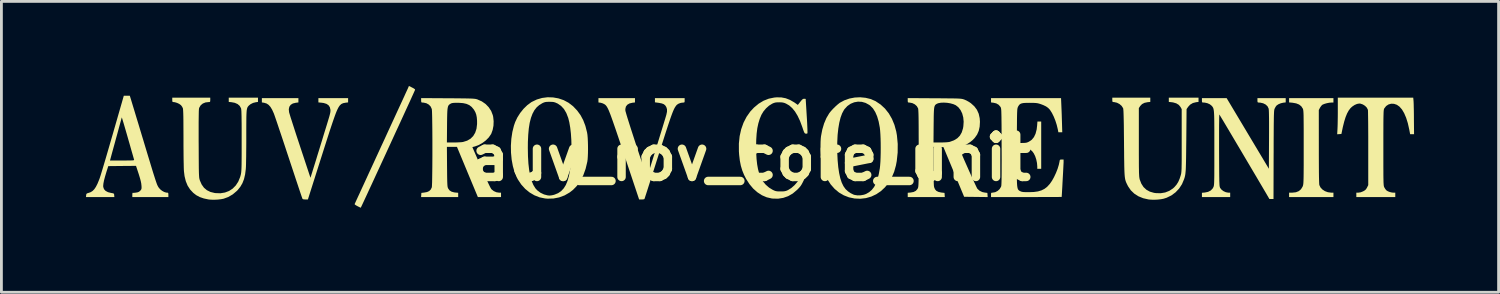
<source format=kicad_pcb>
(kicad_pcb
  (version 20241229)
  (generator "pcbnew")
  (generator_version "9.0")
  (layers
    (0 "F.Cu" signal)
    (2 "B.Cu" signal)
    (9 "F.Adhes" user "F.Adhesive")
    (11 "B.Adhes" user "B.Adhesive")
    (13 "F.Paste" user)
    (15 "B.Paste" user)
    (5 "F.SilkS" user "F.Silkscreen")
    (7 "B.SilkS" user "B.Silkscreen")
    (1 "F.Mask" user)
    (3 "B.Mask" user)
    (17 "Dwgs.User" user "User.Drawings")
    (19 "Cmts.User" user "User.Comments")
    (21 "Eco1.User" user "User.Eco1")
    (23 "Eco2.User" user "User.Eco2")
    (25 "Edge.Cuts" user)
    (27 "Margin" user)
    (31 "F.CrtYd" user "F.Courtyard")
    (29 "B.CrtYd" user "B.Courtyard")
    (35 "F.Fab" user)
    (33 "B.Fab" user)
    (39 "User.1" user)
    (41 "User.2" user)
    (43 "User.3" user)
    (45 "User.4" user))
  (footprint "auv_rov_core_unit"
    (layer "F.Cu")
    (at 23.571 2.549)
    (property "Reference" "auv_rov_core_unit" (at 0 0 0) (layer "F.SilkS") (effects (font (size 1.5 1.5) (thickness 0.3))))
    (attr board_only exclude_from_pos_files exclude_from_bom)
    (fp_poly (pts (xy -12 -2.493) (xy -11.938 -2.459) (xy -11.904 -2.434) (xy -11.896 -2.413) (xy -11.897 -2.411) (xy -11.907 -2.388) (xy -11.93 -2.336) (xy -11.965 -2.258) (xy -12.012 -2.155) (xy -12.068 -2.031) (xy -12.134 -1.887) (xy -12.208 -1.726) (xy -12.289 -1.549) (xy -12.376 -1.359) (xy -12.468 -1.159) (xy -12.565 -0.95) (xy -12.664 -0.734) (xy -12.765 -0.514) (xy -12.867 -0.293) (xy -12.969 -0.071) (xy -13.07 0.148) (xy -13.169 0.362) (xy -13.265 0.569) (xy -13.356 0.767) (xy -13.442 0.954) (xy -13.523 1.127) (xy -13.595 1.284) (xy -13.66 1.423) (xy -13.715 1.542) (xy -13.76 1.638) (xy -13.794 1.71) (xy -13.815 1.754) (xy -13.823 1.77) (xy -13.823 1.77) (xy -13.842 1.762) (xy -13.883 1.743) (xy -13.937 1.716) (xy -13.94 1.714) (xy -13.993 1.685) (xy -14.029 1.659) (xy -14.041 1.643) (xy -14.041 1.642) (xy -14.033 1.624) (xy -14.011 1.577) (xy -13.977 1.502) (xy -13.931 1.402) (xy -13.873 1.278) (xy -13.806 1.131) (xy -13.729 0.965) (xy -13.644 0.78) (xy -13.552 0.579) (xy -13.452 0.363) (xy -13.347 0.135) (xy -13.237 -0.104) (xy -13.123 -0.352) (xy -13.106 -0.389) (xy -12.99 -0.639) (xy -12.879 -0.881) (xy -12.772 -1.114) (xy -12.67 -1.335) (xy -12.575 -1.542) (xy -12.487 -1.733) (xy -12.406 -1.908) (xy -12.335 -2.062) (xy -12.274 -2.195) (xy -12.224 -2.305) (xy -12.185 -2.389) (xy -12.159 -2.446) (xy -12.146 -2.474) (xy -12.146 -2.475) (xy -12.114 -2.549)) (stroke (width 0) (type solid)) (fill yes) (layer "F.SilkS"))
    (fp_poly (pts (xy 20.683 -2.039) (xy 20.683 -1.961) (xy 20.609 -1.961) (xy 20.536 -1.955) (xy 20.453 -1.939) (xy 20.373 -1.917) (xy 20.308 -1.891) (xy 20.285 -1.878) (xy 20.251 -1.843) (xy 20.216 -1.793) (xy 20.203 -1.771) (xy 20.164 -1.695) (xy 20.165 -0.398) (xy 20.165 -0.119) (xy 20.166 0.126) (xy 20.167 0.338) (xy 20.168 0.519) (xy 20.17 0.668) (xy 20.173 0.786) (xy 20.176 0.875) (xy 20.179 0.934) (xy 20.183 0.966) (xy 20.184 0.968) (xy 20.224 1.051) (xy 20.292 1.124) (xy 20.381 1.182) (xy 20.485 1.22) (xy 20.598 1.235) (xy 20.608 1.235) (xy 20.683 1.235) (xy 20.683 1.313) (xy 20.683 1.391) (xy 19.897 1.391) (xy 19.11 1.391) (xy 19.11 1.313) (xy 19.11 1.235) (xy 19.227 1.235) (xy 19.351 1.222) (xy 19.452 1.182) (xy 19.531 1.116) (xy 19.588 1.024) (xy 19.601 0.989) (xy 19.606 0.97) (xy 19.611 0.945) (xy 19.615 0.913) (xy 19.618 0.87) (xy 19.621 0.814) (xy 19.623 0.743) (xy 19.625 0.654) (xy 19.626 0.546) (xy 19.627 0.414) (xy 19.628 0.258) (xy 19.628 0.075) (xy 19.628 -0.139) (xy 19.628 -0.384) (xy 19.628 -0.385) (xy 19.628 -0.628) (xy 19.628 -0.838) (xy 19.628 -1.019) (xy 19.627 -1.173) (xy 19.626 -1.302) (xy 19.625 -1.408) (xy 19.624 -1.495) (xy 19.622 -1.563) (xy 19.619 -1.617) (xy 19.616 -1.658) (xy 19.612 -1.689) (xy 19.608 -1.713) (xy 19.603 -1.73) (xy 19.597 -1.745) (xy 19.596 -1.747) (xy 19.542 -1.829) (xy 19.464 -1.891) (xy 19.36 -1.932) (xy 19.229 -1.955) (xy 19.11 -1.966) (xy 19.11 -2.041) (xy 19.11 -2.117) (xy 19.897 -2.117) (xy 20.683 -2.117)) (stroke (width 0) (type solid)) (fill yes) (layer "F.SilkS"))
    (fp_poly (pts (xy -16.035 -2.041) (xy -16.035 -1.965) (xy -16.129 -1.953) (xy -16.232 -1.928) (xy -16.308 -1.881) (xy -16.356 -1.813) (xy -16.376 -1.726) (xy -16.366 -1.621) (xy -16.366 -1.62) (xy -16.357 -1.587) (xy -16.338 -1.524) (xy -16.311 -1.434) (xy -16.274 -1.321) (xy -16.231 -1.186) (xy -16.182 -1.034) (xy -16.128 -0.867) (xy -16.069 -0.687) (xy -16.007 -0.5) (xy -15.976 -0.406) (xy -15.607 0.708) (xy -15.537 0.484) (xy -15.516 0.416) (xy -15.486 0.32) (xy -15.448 0.198) (xy -15.404 0.056) (xy -15.356 -0.103) (xy -15.303 -0.274) (xy -15.248 -0.454) (xy -15.191 -0.638) (xy -15.135 -0.823) (xy -15.079 -1.004) (xy -15.026 -1.176) (xy -14.977 -1.337) (xy -14.972 -1.355) (xy -14.939 -1.465) (xy -14.917 -1.548) (xy -14.903 -1.611) (xy -14.898 -1.661) (xy -14.898 -1.703) (xy -14.899 -1.706) (xy -14.92 -1.796) (xy -14.966 -1.865) (xy -15.038 -1.914) (xy -15.138 -1.945) (xy -15.212 -1.955) (xy -15.326 -1.966) (xy -15.326 -2.041) (xy -15.326 -2.117) (xy -14.799 -2.117) (xy -14.272 -2.117) (xy -14.272 -2.041) (xy -14.272 -1.966) (xy -14.359 -1.956) (xy -14.447 -1.939) (xy -14.512 -1.909) (xy -14.565 -1.86) (xy -14.594 -1.82) (xy -14.614 -1.788) (xy -14.634 -1.75) (xy -14.657 -1.703) (xy -14.682 -1.646) (xy -14.71 -1.576) (xy -14.741 -1.492) (xy -14.777 -1.391) (xy -14.818 -1.272) (xy -14.865 -1.132) (xy -14.919 -0.97) (xy -14.979 -0.784) (xy -15.047 -0.572) (xy -15.124 -0.331) (xy -15.21 -0.06) (xy -15.25 0.065) (xy -15.698 1.477) (xy -15.788 1.477) (xy -15.847 1.474) (xy -15.88 1.463) (xy -15.894 1.447) (xy -15.901 1.426) (xy -15.919 1.375) (xy -15.946 1.296) (xy -15.981 1.192) (xy -16.024 1.064) (xy -16.073 0.916) (xy -16.129 0.749) (xy -16.189 0.567) (xy -16.254 0.371) (xy -16.323 0.164) (xy -16.38 -0.009) (xy -16.452 -0.226) (xy -16.521 -0.436) (xy -16.588 -0.637) (xy -16.651 -0.826) (xy -16.71 -0.999) (xy -16.762 -1.156) (xy -16.808 -1.292) (xy -16.847 -1.405) (xy -16.877 -1.492) (xy -16.898 -1.551) (xy -16.907 -1.575) (xy -16.967 -1.707) (xy -17.027 -1.807) (xy -17.093 -1.88) (xy -17.165 -1.927) (xy -17.247 -1.952) (xy -17.257 -1.954) (xy -17.331 -1.965) (xy -17.331 -2.041) (xy -17.331 -2.117) (xy -16.683 -2.117) (xy -16.035 -2.117)) (stroke (width 0) (type solid)) (fill yes) (layer "F.SilkS"))
    (fp_poly (pts (xy 4.083 -2.13) (xy 4.265 -2.086) (xy 4.432 -2.014) (xy 4.441 -2.009) (xy 4.618 -1.891) (xy 4.774 -1.747) (xy 4.909 -1.577) (xy 5.021 -1.383) (xy 5.11 -1.168) (xy 5.174 -0.932) (xy 5.198 -0.795) (xy 5.226 -0.494) (xy 5.224 -0.188) (xy 5.192 0.113) (xy 5.163 0.268) (xy 5.1 0.493) (xy 5.013 0.699) (xy 4.904 0.883) (xy 4.775 1.045) (xy 4.628 1.182) (xy 4.465 1.292) (xy 4.288 1.375) (xy 4.099 1.429) (xy 3.9 1.452) (xy 3.698 1.443) (xy 3.498 1.402) (xy 3.313 1.33) (xy 3.142 1.23) (xy 2.988 1.102) (xy 2.852 0.948) (xy 2.735 0.77) (xy 2.639 0.569) (xy 2.565 0.348) (xy 2.515 0.107) (xy 2.514 0.1) (xy 2.502 -0.009) (xy 2.493 -0.14) (xy 2.488 -0.283) (xy 2.488 -0.284) (xy 3.079 -0.284) (xy 3.081 -0.19) (xy 3.094 0.085) (xy 3.116 0.329) (xy 3.148 0.541) (xy 3.188 0.723) (xy 3.239 0.877) (xy 3.3 1.004) (xy 3.371 1.104) (xy 3.377 1.111) (xy 3.46 1.188) (xy 3.558 1.255) (xy 3.658 1.304) (xy 3.696 1.316) (xy 3.799 1.332) (xy 3.915 1.329) (xy 4.029 1.308) (xy 4.104 1.281) (xy 4.213 1.218) (xy 4.307 1.137) (xy 4.387 1.035) (xy 4.454 0.908) (xy 4.51 0.756) (xy 4.555 0.574) (xy 4.591 0.374) (xy 4.602 0.27) (xy 4.612 0.139) (xy 4.618 -0.013) (xy 4.622 -0.178) (xy 4.623 -0.351) (xy 4.622 -0.522) (xy 4.618 -0.687) (xy 4.611 -0.838) (xy 4.602 -0.968) (xy 4.591 -1.07) (xy 4.55 -1.286) (xy 4.496 -1.47) (xy 4.429 -1.624) (xy 4.349 -1.75) (xy 4.254 -1.848) (xy 4.216 -1.877) (xy 4.087 -1.948) (xy 3.953 -1.986) (xy 3.816 -1.993) (xy 3.682 -1.97) (xy 3.555 -1.918) (xy 3.439 -1.837) (xy 3.339 -1.728) (xy 3.32 -1.701) (xy 3.254 -1.579) (xy 3.198 -1.427) (xy 3.153 -1.247) (xy 3.118 -1.04) (xy 3.093 -0.809) (xy 3.081 -0.556) (xy 3.079 -0.284) (xy 2.488 -0.284) (xy 2.487 -0.428) (xy 2.489 -0.567) (xy 2.496 -0.688) (xy 2.505 -0.768) (xy 2.55 -1.003) (xy 2.614 -1.219) (xy 2.696 -1.412) (xy 2.794 -1.577) (xy 2.801 -1.587) (xy 2.857 -1.657) (xy 2.93 -1.737) (xy 3.011 -1.817) (xy 3.091 -1.889) (xy 3.161 -1.945) (xy 3.173 -1.954) (xy 3.335 -2.041) (xy 3.513 -2.103) (xy 3.701 -2.139) (xy 3.893 -2.148)) (stroke (width 0) (type solid)) (fill yes) (layer "F.SilkS"))
    (fp_poly (pts (xy 23.524 -2.026) (xy 23.527 -1.981) (xy 23.53 -1.908) (xy 23.532 -1.81) (xy 23.535 -1.694) (xy 23.537 -1.564) (xy 23.538 -1.427) (xy 23.538 -1.378) (xy 23.543 -0.838) (xy 23.473 -0.838) (xy 23.404 -0.838) (xy 23.372 -1.007) (xy 23.322 -1.229) (xy 23.262 -1.421) (xy 23.192 -1.584) (xy 23.114 -1.716) (xy 23.026 -1.816) (xy 22.934 -1.881) (xy 22.832 -1.916) (xy 22.731 -1.92) (xy 22.636 -1.893) (xy 22.553 -1.838) (xy 22.488 -1.755) (xy 22.484 -1.749) (xy 22.479 -1.737) (xy 22.474 -1.721) (xy 22.47 -1.699) (xy 22.466 -1.669) (xy 22.463 -1.628) (xy 22.461 -1.574) (xy 22.459 -1.504) (xy 22.457 -1.416) (xy 22.456 -1.309) (xy 22.455 -1.178) (xy 22.455 -1.023) (xy 22.454 -0.841) (xy 22.454 -0.629) (xy 22.454 -0.385) (xy 22.454 -0.354) (xy 22.454 -0.108) (xy 22.454 0.107) (xy 22.454 0.291) (xy 22.455 0.449) (xy 22.455 0.581) (xy 22.456 0.69) (xy 22.458 0.78) (xy 22.459 0.851) (xy 22.462 0.907) (xy 22.465 0.95) (xy 22.468 0.982) (xy 22.472 1.006) (xy 22.477 1.024) (xy 22.483 1.038) (xy 22.489 1.051) (xy 22.491 1.054) (xy 22.521 1.104) (xy 22.553 1.144) (xy 22.561 1.153) (xy 22.613 1.186) (xy 22.685 1.214) (xy 22.763 1.232) (xy 22.81 1.235) (xy 22.877 1.235) (xy 22.877 1.313) (xy 22.877 1.391) (xy 22.186 1.391) (xy 21.495 1.391) (xy 21.495 1.313) (xy 21.495 1.235) (xy 21.57 1.235) (xy 21.65 1.223) (xy 21.738 1.188) (xy 21.799 1.152) (xy 21.84 1.113) (xy 21.873 1.058) (xy 21.875 1.054) (xy 21.918 0.968) (xy 21.918 -0.346) (xy 21.918 -0.557) (xy 21.918 -0.758) (xy 21.917 -0.948) (xy 21.916 -1.123) (xy 21.915 -1.28) (xy 21.913 -1.417) (xy 21.911 -1.53) (xy 21.91 -1.618) (xy 21.908 -1.677) (xy 21.906 -1.704) (xy 21.905 -1.705) (xy 21.869 -1.778) (xy 21.806 -1.843) (xy 21.728 -1.893) (xy 21.643 -1.922) (xy 21.599 -1.926) (xy 21.52 -1.912) (xy 21.434 -1.875) (xy 21.349 -1.818) (xy 21.29 -1.764) (xy 21.225 -1.679) (xy 21.167 -1.574) (xy 21.114 -1.444) (xy 21.065 -1.286) (xy 21.018 -1.098) (xy 21.005 -1.037) (xy 20.966 -0.847) (xy 20.891 -0.841) (xy 20.816 -0.836) (xy 20.827 -1.031) (xy 20.83 -1.104) (xy 20.833 -1.204) (xy 20.835 -1.324) (xy 20.837 -1.456) (xy 20.838 -1.592) (xy 20.838 -1.68) (xy 20.838 -2.134) (xy 22.176 -2.134) (xy 23.514 -2.134)) (stroke (width 0) (type solid)) (fill yes) (layer "F.SilkS"))
    (fp_poly (pts (xy -7.001 -2.143) (xy -6.809 -2.109) (xy -6.624 -2.046) (xy -6.452 -1.954) (xy -6.296 -1.834) (xy -6.29 -1.829) (xy -6.146 -1.678) (xy -6.027 -1.515) (xy -5.931 -1.335) (xy -5.854 -1.133) (xy -5.796 -0.905) (xy -5.793 -0.891) (xy -5.781 -0.812) (xy -5.772 -0.707) (xy -5.766 -0.582) (xy -5.762 -0.447) (xy -5.761 -0.307) (xy -5.763 -0.171) (xy -5.768 -0.047) (xy -5.775 0.058) (xy -5.786 0.137) (xy -5.786 0.138) (xy -5.847 0.392) (xy -5.928 0.618) (xy -6.029 0.817) (xy -6.151 0.99) (xy -6.293 1.136) (xy -6.414 1.23) (xy -6.593 1.333) (xy -6.785 1.404) (xy -6.987 1.443) (xy -7.196 1.449) (xy -7.286 1.441) (xy -7.478 1.402) (xy -7.661 1.33) (xy -7.833 1.229) (xy -7.99 1.101) (xy -8.129 0.947) (xy -8.247 0.771) (xy -8.283 0.704) (xy -8.365 0.511) (xy -8.427 0.295) (xy -8.47 0.062) (xy -8.493 -0.182) (xy -8.496 -0.354) (xy -7.896 -0.354) (xy -7.891 -0.057) (xy -7.875 0.208) (xy -7.848 0.442) (xy -7.81 0.645) (xy -7.761 0.819) (xy -7.7 0.963) (xy -7.628 1.08) (xy -7.563 1.152) (xy -7.449 1.238) (xy -7.322 1.299) (xy -7.19 1.333) (xy -7.125 1.338) (xy -7.07 1.333) (xy -6.999 1.32) (xy -6.944 1.304) (xy -6.821 1.253) (xy -6.715 1.181) (xy -6.625 1.085) (xy -6.549 0.965) (xy -6.487 0.817) (xy -6.438 0.642) (xy -6.399 0.436) (xy -6.385 0.329) (xy -6.363 0.092) (xy -6.35 -0.151) (xy -6.347 -0.394) (xy -6.353 -0.632) (xy -6.368 -0.86) (xy -6.392 -1.071) (xy -6.424 -1.259) (xy -6.464 -1.42) (xy -6.465 -1.421) (xy -6.531 -1.59) (xy -6.614 -1.731) (xy -6.716 -1.841) (xy -6.836 -1.924) (xy -6.865 -1.937) (xy -6.924 -1.963) (xy -6.976 -1.978) (xy -7.034 -1.985) (xy -7.112 -1.987) (xy -7.128 -1.987) (xy -7.209 -1.986) (xy -7.268 -1.98) (xy -7.317 -1.967) (xy -7.369 -1.945) (xy -7.38 -1.939) (xy -7.488 -1.874) (xy -7.582 -1.792) (xy -7.663 -1.689) (xy -7.73 -1.565) (xy -7.785 -1.418) (xy -7.829 -1.246) (xy -7.861 -1.047) (xy -7.882 -0.82) (xy -7.894 -0.563) (xy -7.896 -0.354) (xy -8.496 -0.354) (xy -8.497 -0.43) (xy -8.481 -0.677) (xy -8.445 -0.916) (xy -8.389 -1.142) (xy -8.345 -1.269) (xy -8.268 -1.432) (xy -8.167 -1.591) (xy -8.048 -1.739) (xy -7.916 -1.868) (xy -7.778 -1.97) (xy -7.757 -1.983) (xy -7.578 -2.069) (xy -7.39 -2.124) (xy -7.196 -2.149)) (stroke (width 0) (type solid)) (fill yes) (layer "F.SilkS"))
    (fp_poly (pts (xy -4.095 -2.041) (xy -4.095 -1.965) (xy -4.187 -1.954) (xy -4.291 -1.929) (xy -4.368 -1.883) (xy -4.417 -1.818) (xy -4.437 -1.733) (xy -4.436 -1.679) (xy -4.43 -1.648) (xy -4.413 -1.589) (xy -4.389 -1.506) (xy -4.357 -1.401) (xy -4.318 -1.277) (xy -4.274 -1.138) (xy -4.226 -0.987) (xy -4.174 -0.827) (xy -4.12 -0.66) (xy -4.065 -0.491) (xy -4.009 -0.322) (xy -3.954 -0.156) (xy -3.901 0.003) (xy -3.85 0.153) (xy -3.804 0.29) (xy -3.762 0.411) (xy -3.726 0.513) (xy -3.697 0.594) (xy -3.676 0.649) (xy -3.664 0.676) (xy -3.661 0.678) (xy -3.655 0.659) (xy -3.639 0.61) (xy -3.616 0.535) (xy -3.585 0.437) (xy -3.548 0.319) (xy -3.507 0.185) (xy -3.461 0.037) (xy -3.412 -0.12) (xy -3.362 -0.283) (xy -3.311 -0.45) (xy -3.26 -0.616) (xy -3.21 -0.779) (xy -3.162 -0.935) (xy -3.117 -1.08) (xy -3.077 -1.212) (xy -3.042 -1.327) (xy -3.013 -1.422) (xy -2.992 -1.494) (xy -2.982 -1.528) (xy -2.959 -1.635) (xy -2.959 -1.724) (xy -2.983 -1.8) (xy -2.985 -1.804) (xy -3.022 -1.861) (xy -3.072 -1.902) (xy -3.14 -1.929) (xy -3.234 -1.948) (xy -3.247 -1.95) (xy -3.387 -1.969) (xy -3.387 -2.043) (xy -3.387 -2.117) (xy -2.86 -2.117) (xy -2.333 -2.117) (xy -2.333 -2.039) (xy -2.334 -1.991) (xy -2.343 -1.968) (xy -2.364 -1.961) (xy -2.377 -1.961) (xy -2.464 -1.951) (xy -2.545 -1.923) (xy -2.607 -1.883) (xy -2.619 -1.87) (xy -2.64 -1.845) (xy -2.659 -1.818) (xy -2.679 -1.787) (xy -2.699 -1.751) (xy -2.72 -1.707) (xy -2.743 -1.654) (xy -2.769 -1.589) (xy -2.798 -1.511) (xy -2.832 -1.417) (xy -2.87 -1.306) (xy -2.914 -1.175) (xy -2.964 -1.023) (xy -3.021 -0.848) (xy -3.085 -0.647) (xy -3.158 -0.419) (xy -3.24 -0.161) (xy -3.318 0.084) (xy -3.384 0.293) (xy -3.448 0.493) (xy -3.508 0.681) (xy -3.563 0.855) (xy -3.613 1.011) (xy -3.657 1.149) (xy -3.694 1.264) (xy -3.724 1.356) (xy -3.745 1.42) (xy -3.757 1.456) (xy -3.76 1.462) (xy -3.781 1.471) (xy -3.825 1.476) (xy -3.859 1.477) (xy -3.948 1.477) (xy -4.472 -0.091) (xy -4.564 -0.366) (xy -4.646 -0.611) (xy -4.719 -0.827) (xy -4.783 -1.016) (xy -4.84 -1.18) (xy -4.889 -1.321) (xy -4.932 -1.441) (xy -4.969 -1.542) (xy -5.002 -1.625) (xy -5.03 -1.693) (xy -5.056 -1.748) (xy -5.079 -1.791) (xy -5.1 -1.825) (xy -5.12 -1.851) (xy -5.139 -1.872) (xy -5.16 -1.889) (xy -5.181 -1.903) (xy -5.236 -1.931) (xy -5.301 -1.951) (xy -5.315 -1.954) (xy -5.391 -1.965) (xy -5.391 -2.041) (xy -5.391 -2.117) (xy -4.743 -2.117) (xy -4.095 -2.117)) (stroke (width 0) (type solid)) (fill yes) (layer "F.SilkS"))
    (fp_poly (pts (xy 1.099 -2.143) (xy 1.254 -2.113) (xy 1.405 -2.054) (xy 1.558 -1.965) (xy 1.597 -1.938) (xy 1.682 -1.877) (xy 1.77 -1.988) (xy 1.816 -2.044) (xy 1.849 -2.077) (xy 1.876 -2.092) (xy 1.904 -2.095) (xy 1.909 -2.095) (xy 1.961 -2.091) (xy 1.998 -1.486) (xy 2.007 -1.345) (xy 2.014 -1.214) (xy 2.019 -1.099) (xy 2.023 -1.002) (xy 2.024 -0.929) (xy 2.024 -0.882) (xy 2.022 -0.867) (xy 1.996 -0.858) (xy 1.963 -0.858) (xy 1.944 -0.863) (xy 1.927 -0.875) (xy 1.911 -0.899) (xy 1.893 -0.941) (xy 1.869 -1.007) (xy 1.841 -1.091) (xy 1.761 -1.306) (xy 1.675 -1.489) (xy 1.583 -1.641) (xy 1.483 -1.764) (xy 1.375 -1.859) (xy 1.263 -1.924) (xy 1.205 -1.948) (xy 1.15 -1.962) (xy 1.085 -1.969) (xy 1.019 -1.97) (xy 0.94 -1.968) (xy 0.882 -1.961) (xy 0.831 -1.946) (xy 0.773 -1.921) (xy 0.77 -1.919) (xy 0.66 -1.85) (xy 0.555 -1.756) (xy 0.462 -1.645) (xy 0.391 -1.527) (xy 0.391 -1.527) (xy 0.33 -1.381) (xy 0.282 -1.224) (xy 0.245 -1.052) (xy 0.221 -0.86) (xy 0.207 -0.644) (xy 0.202 -0.415) (xy 0.206 -0.171) (xy 0.218 0.043) (xy 0.239 0.231) (xy 0.269 0.398) (xy 0.308 0.547) (xy 0.359 0.683) (xy 0.373 0.715) (xy 0.446 0.838) (xy 0.544 0.954) (xy 0.661 1.056) (xy 0.787 1.133) (xy 0.788 1.134) (xy 0.847 1.162) (xy 0.895 1.179) (xy 0.945 1.188) (xy 1.007 1.192) (xy 1.071 1.192) (xy 1.154 1.191) (xy 1.213 1.185) (xy 1.262 1.174) (xy 1.31 1.155) (xy 1.335 1.143) (xy 1.451 1.071) (xy 1.564 0.972) (xy 1.666 0.854) (xy 1.702 0.803) (xy 1.759 0.709) (xy 1.82 0.595) (xy 1.878 0.474) (xy 1.928 0.358) (xy 1.96 0.272) (xy 1.99 0.182) (xy 2.045 0.21) (xy 2.082 0.229) (xy 2.103 0.241) (xy 2.104 0.242) (xy 2.103 0.261) (xy 2.091 0.307) (xy 2.069 0.372) (xy 2.04 0.451) (xy 2.006 0.538) (xy 1.97 0.627) (xy 1.933 0.712) (xy 1.898 0.786) (xy 1.852 0.878) (xy 1.814 0.948) (xy 1.777 1.004) (xy 1.735 1.055) (xy 1.682 1.111) (xy 1.652 1.14) (xy 1.501 1.267) (xy 1.339 1.36) (xy 1.165 1.421) (xy 0.98 1.45) (xy 0.786 1.445) (xy 0.754 1.441) (xy 0.577 1.4) (xy 0.408 1.327) (xy 0.248 1.223) (xy 0.099 1.091) (xy -0.035 0.931) (xy -0.154 0.745) (xy -0.224 0.608) (xy -0.289 0.448) (xy -0.339 0.281) (xy -0.375 0.1) (xy -0.399 -0.103) (xy -0.408 -0.228) (xy -0.409 -0.505) (xy -0.382 -0.768) (xy -0.327 -1.014) (xy -0.245 -1.244) (xy -0.137 -1.454) (xy -0.003 -1.644) (xy 0.127 -1.783) (xy 0.293 -1.921) (xy 0.467 -2.026) (xy 0.65 -2.098) (xy 0.844 -2.138) (xy 0.933 -2.146)) (stroke (width 0) (type solid)) (fill yes) (layer "F.SilkS"))
    (fp_poly (pts (xy 14.186 -2.059) (xy 14.186 -1.983) (xy 14.092 -1.974) (xy 13.981 -1.951) (xy 13.894 -1.907) (xy 13.83 -1.84) (xy 13.826 -1.834) (xy 13.78 -1.765) (xy 13.78 -0.554) (xy 13.78 -0.319) (xy 13.78 -0.115) (xy 13.781 0.059) (xy 13.781 0.207) (xy 13.782 0.33) (xy 13.784 0.432) (xy 13.785 0.515) (xy 13.788 0.582) (xy 13.791 0.635) (xy 13.794 0.677) (xy 13.799 0.71) (xy 13.804 0.738) (xy 13.809 0.762) (xy 13.811 0.769) (xy 13.868 0.916) (xy 13.946 1.037) (xy 14.048 1.132) (xy 14.171 1.2) (xy 14.317 1.242) (xy 14.379 1.251) (xy 14.553 1.256) (xy 14.714 1.229) (xy 14.86 1.172) (xy 14.99 1.086) (xy 15.04 1.04) (xy 15.116 0.953) (xy 15.177 0.856) (xy 15.227 0.741) (xy 15.261 0.636) (xy 15.269 0.608) (xy 15.276 0.582) (xy 15.282 0.554) (xy 15.286 0.521) (xy 15.29 0.482) (xy 15.293 0.432) (xy 15.296 0.369) (xy 15.297 0.291) (xy 15.299 0.195) (xy 15.3 0.077) (xy 15.3 -0.065) (xy 15.3 -0.233) (xy 15.3 -0.431) (xy 15.3 -0.613) (xy 15.3 -1.728) (xy 15.257 -1.805) (xy 15.196 -1.879) (xy 15.107 -1.933) (xy 14.993 -1.966) (xy 14.948 -1.972) (xy 14.843 -1.983) (xy 14.843 -2.059) (xy 14.843 -2.134) (xy 15.37 -2.134) (xy 15.897 -2.134) (xy 15.897 -2.059) (xy 15.897 -1.983) (xy 15.809 -1.973) (xy 15.696 -1.944) (xy 15.599 -1.886) (xy 15.526 -1.806) (xy 15.473 -1.728) (xy 15.463 -0.613) (xy 15.46 -0.383) (xy 15.458 -0.184) (xy 15.456 -0.014) (xy 15.453 0.13) (xy 15.45 0.251) (xy 15.447 0.352) (xy 15.443 0.435) (xy 15.437 0.504) (xy 15.431 0.562) (xy 15.424 0.611) (xy 15.415 0.654) (xy 15.405 0.695) (xy 15.392 0.735) (xy 15.384 0.76) (xy 15.31 0.935) (xy 15.208 1.091) (xy 15.082 1.224) (xy 14.934 1.334) (xy 14.766 1.416) (xy 14.66 1.45) (xy 14.568 1.468) (xy 14.456 1.481) (xy 14.336 1.487) (xy 14.221 1.485) (xy 14.126 1.477) (xy 13.933 1.433) (xy 13.764 1.364) (xy 13.618 1.27) (xy 13.496 1.153) (xy 13.399 1.012) (xy 13.38 0.975) (xy 13.358 0.931) (xy 13.339 0.892) (xy 13.323 0.854) (xy 13.31 0.816) (xy 13.298 0.774) (xy 13.289 0.725) (xy 13.281 0.668) (xy 13.275 0.598) (xy 13.27 0.514) (xy 13.266 0.413) (xy 13.263 0.291) (xy 13.261 0.147) (xy 13.258 -0.023) (xy 13.257 -0.221) (xy 13.254 -0.45) (xy 13.254 -0.527) (xy 13.251 -0.773) (xy 13.249 -0.987) (xy 13.247 -1.169) (xy 13.244 -1.324) (xy 13.241 -1.451) (xy 13.238 -1.554) (xy 13.235 -1.634) (xy 13.231 -1.694) (xy 13.227 -1.734) (xy 13.223 -1.758) (xy 13.221 -1.762) (xy 13.17 -1.842) (xy 13.094 -1.908) (xy 13.003 -1.955) (xy 12.904 -1.977) (xy 12.878 -1.978) (xy 12.854 -1.982) (xy 12.842 -2) (xy 12.838 -2.04) (xy 12.838 -2.056) (xy 12.838 -2.134) (xy 13.512 -2.134) (xy 14.186 -2.134)) (stroke (width 0) (type solid)) (fill yes) (layer "F.SilkS"))
    (fp_poly (pts (xy -21.964 -2.035) (xy -21.951 -1.991) (xy -21.929 -1.918) (xy -21.898 -1.817) (xy -21.86 -1.692) (xy -21.816 -1.546) (xy -21.766 -1.381) (xy -21.711 -1.201) (xy -21.653 -1.008) (xy -21.592 -0.805) (xy -21.528 -0.595) (xy -21.513 -0.544) (xy -21.436 -0.289) (xy -21.368 -0.064) (xy -21.308 0.132) (xy -21.257 0.301) (xy -21.213 0.446) (xy -21.175 0.568) (xy -21.142 0.671) (xy -21.115 0.756) (xy -21.092 0.825) (xy -21.073 0.88) (xy -21.057 0.925) (xy -21.043 0.96) (xy -21.03 0.988) (xy -21.018 1.011) (xy -21.006 1.032) (xy -20.993 1.052) (xy -20.993 1.053) (xy -20.941 1.114) (xy -20.873 1.169) (xy -20.798 1.211) (xy -20.727 1.233) (xy -20.704 1.235) (xy -20.67 1.237) (xy -20.654 1.249) (xy -20.649 1.281) (xy -20.648 1.313) (xy -20.648 1.391) (xy -21.288 1.391) (xy -21.927 1.391) (xy -21.927 1.312) (xy -21.924 1.267) (xy -21.918 1.243) (xy -21.914 1.241) (xy -21.891 1.243) (xy -21.845 1.24) (xy -21.797 1.234) (xy -21.732 1.222) (xy -21.688 1.203) (xy -21.651 1.172) (xy -21.644 1.165) (xy -21.619 1.134) (xy -21.605 1.107) (xy -21.599 1.071) (xy -21.6 1.017) (xy -21.603 0.978) (xy -21.611 0.906) (xy -21.628 0.823) (xy -21.655 0.722) (xy -21.693 0.597) (xy -21.703 0.566) (xy -21.796 0.285) (xy -22.288 0.289) (xy -22.78 0.294) (xy -22.846 0.501) (xy -22.895 0.666) (xy -22.931 0.801) (xy -22.952 0.908) (xy -22.96 0.989) (xy -22.959 1.031) (xy -22.932 1.111) (xy -22.875 1.173) (xy -22.788 1.219) (xy -22.671 1.248) (xy -22.662 1.249) (xy -22.611 1.258) (xy -22.584 1.27) (xy -22.573 1.293) (xy -22.57 1.326) (xy -22.564 1.391) (xy -23.067 1.391) (xy -23.571 1.391) (xy -23.565 1.328) (xy -23.559 1.29) (xy -23.544 1.268) (xy -23.511 1.253) (xy -23.477 1.244) (xy -23.402 1.217) (xy -23.336 1.175) (xy -23.276 1.114) (xy -23.22 1.031) (xy -23.164 0.922) (xy -23.107 0.783) (xy -23.088 0.734) (xy -23.073 0.689) (xy -23.049 0.614) (xy -23.018 0.512) (xy -22.979 0.384) (xy -22.935 0.236) (xy -22.893 0.095) (xy -22.719 0.095) (xy -22.287 0.095) (xy -22.154 0.095) (xy -22.051 0.094) (xy -21.976 0.093) (xy -21.923 0.091) (xy -21.889 0.087) (xy -21.871 0.082) (xy -21.864 0.075) (xy -21.864 0.066) (xy -21.865 0.065) (xy -21.871 0.042) (xy -21.886 -0.01) (xy -21.908 -0.088) (xy -21.937 -0.189) (xy -21.972 -0.31) (xy -22.01 -0.446) (xy -22.053 -0.594) (xy -22.085 -0.707) (xy -22.129 -0.86) (xy -22.17 -1.001) (xy -22.207 -1.128) (xy -22.239 -1.237) (xy -22.266 -1.325) (xy -22.285 -1.389) (xy -22.297 -1.426) (xy -22.301 -1.433) (xy -22.307 -1.411) (xy -22.321 -1.361) (xy -22.342 -1.285) (xy -22.368 -1.189) (xy -22.399 -1.076) (xy -22.433 -0.951) (xy -22.469 -0.818) (xy -22.507 -0.682) (xy -22.544 -0.545) (xy -22.58 -0.414) (xy -22.614 -0.291) (xy -22.644 -0.182) (xy -22.669 -0.09) (xy -22.688 -0.019) (xy -22.7 0.026) (xy -22.704 0.039) (xy -22.719 0.095) (xy -22.893 0.095) (xy -22.885 0.068) (xy -22.831 -0.116) (xy -22.774 -0.312) (xy -22.714 -0.519) (xy -22.652 -0.733) (xy -22.625 -0.825) (xy -22.229 -2.203) (xy -22.123 -2.203) (xy -22.016 -2.203)) (stroke (width 0) (type solid)) (fill yes) (layer "F.SilkS"))
    (fp_poly (pts (xy -10.735 -2.113) (xy -10.529 -2.112) (xy -10.355 -2.11) (xy -10.21 -2.109) (xy -10.09 -2.107) (xy -9.993 -2.105) (xy -9.915 -2.103) (xy -9.853 -2.1) (xy -9.805 -2.096) (xy -9.768 -2.092) (xy -9.738 -2.087) (xy -9.712 -2.08) (xy -9.687 -2.073) (xy -9.681 -2.07) (xy -9.528 -2.002) (xy -9.394 -1.909) (xy -9.283 -1.794) (xy -9.196 -1.661) (xy -9.139 -1.514) (xy -9.125 -1.453) (xy -9.109 -1.296) (xy -9.115 -1.139) (xy -9.144 -0.99) (xy -9.192 -0.858) (xy -9.204 -0.836) (xy -9.282 -0.723) (xy -9.388 -0.616) (xy -9.512 -0.524) (xy -9.647 -0.45) (xy -9.766 -0.407) (xy -9.864 -0.38) (xy -9.55 0.342) (xy -9.461 0.545) (xy -9.384 0.716) (xy -9.32 0.856) (xy -9.268 0.966) (xy -9.228 1.047) (xy -9.198 1.098) (xy -9.184 1.117) (xy -9.103 1.181) (xy -9.008 1.222) (xy -8.92 1.235) (xy -8.847 1.235) (xy -8.847 1.313) (xy -8.847 1.391) (xy -9.258 1.391) (xy -9.669 1.391) (xy -10.04 0.501) (xy -10.41 -0.389) (xy -10.589 -0.389) (xy -10.767 -0.389) (xy -10.762 0.315) (xy -10.76 0.491) (xy -10.759 0.635) (xy -10.757 0.751) (xy -10.755 0.844) (xy -10.752 0.915) (xy -10.749 0.969) (xy -10.745 1.01) (xy -10.74 1.039) (xy -10.733 1.062) (xy -10.725 1.081) (xy -10.722 1.088) (xy -10.672 1.156) (xy -10.601 1.201) (xy -10.506 1.227) (xy -10.471 1.231) (xy -10.367 1.24) (xy -10.367 1.316) (xy -10.367 1.391) (xy -11.025 1.391) (xy -11.683 1.391) (xy -11.677 1.318) (xy -11.672 1.244) (xy -11.577 1.233) (xy -11.473 1.214) (xy -11.397 1.18) (xy -11.343 1.129) (xy -11.306 1.056) (xy -11.303 1.047) (xy -11.299 1.018) (xy -11.296 0.958) (xy -11.292 0.87) (xy -11.29 0.758) (xy -11.288 0.624) (xy -11.286 0.472) (xy -11.284 0.305) (xy -11.283 0.127) (xy -11.282 -0.06) (xy -11.282 -0.251) (xy -11.282 -0.444) (xy -11.282 -0.544) (xy -10.767 -0.544) (xy -10.525 -0.544) (xy -10.428 -0.546) (xy -10.334 -0.55) (xy -10.254 -0.555) (xy -10.198 -0.562) (xy -10.191 -0.564) (xy -10.048 -0.609) (xy -9.928 -0.679) (xy -9.833 -0.774) (xy -9.763 -0.892) (xy -9.717 -1.033) (xy -9.697 -1.197) (xy -9.697 -1.315) (xy -9.707 -1.437) (xy -9.727 -1.536) (xy -9.759 -1.622) (xy -9.806 -1.705) (xy -9.815 -1.717) (xy -9.887 -1.804) (xy -9.971 -1.869) (xy -10.072 -1.914) (xy -10.195 -1.941) (xy -10.345 -1.952) (xy -10.385 -1.953) (xy -10.476 -1.952) (xy -10.54 -1.948) (xy -10.585 -1.941) (xy -10.619 -1.93) (xy -10.639 -1.919) (xy -10.668 -1.9) (xy -10.692 -1.881) (xy -10.711 -1.857) (xy -10.726 -1.825) (xy -10.737 -1.782) (xy -10.746 -1.724) (xy -10.752 -1.648) (xy -10.756 -1.55) (xy -10.759 -1.426) (xy -10.761 -1.274) (xy -10.762 -1.153) (xy -10.767 -0.544) (xy -11.282 -0.544) (xy -11.282 -0.635) (xy -11.283 -0.821) (xy -11.284 -0.999) (xy -11.286 -1.165) (xy -11.288 -1.316) (xy -11.29 -1.449) (xy -11.293 -1.561) (xy -11.296 -1.647) (xy -11.3 -1.706) (xy -11.303 -1.731) (xy -11.342 -1.818) (xy -11.407 -1.887) (xy -11.494 -1.936) (xy -11.596 -1.959) (xy -11.636 -1.961) (xy -11.663 -1.964) (xy -11.676 -1.979) (xy -11.68 -2.016) (xy -11.681 -2.04) (xy -11.681 -2.119)) (stroke (width 0) (type solid)) (fill yes) (layer "F.SilkS"))
    (fp_poly (pts (xy 17.644 -0.864) (xy 18.393 0.388) (xy 18.398 -0.644) (xy 18.399 -0.883) (xy 18.399 -1.089) (xy 18.399 -1.264) (xy 18.398 -1.41) (xy 18.396 -1.527) (xy 18.394 -1.619) (xy 18.391 -1.686) (xy 18.387 -1.73) (xy 18.383 -1.75) (xy 18.345 -1.828) (xy 18.279 -1.89) (xy 18.19 -1.935) (xy 18.085 -1.958) (xy 18.03 -1.961) (xy 18.004 -1.965) (xy 17.991 -1.981) (xy 17.987 -2.019) (xy 17.987 -2.039) (xy 17.987 -2.117) (xy 18.488 -2.117) (xy 18.99 -2.117) (xy 18.99 -2.041) (xy 18.99 -1.966) (xy 18.904 -1.956) (xy 18.817 -1.936) (xy 18.734 -1.902) (xy 18.669 -1.858) (xy 18.658 -1.846) (xy 18.631 -1.809) (xy 18.604 -1.758) (xy 18.597 -1.745) (xy 18.592 -1.731) (xy 18.587 -1.714) (xy 18.583 -1.692) (xy 18.579 -1.662) (xy 18.576 -1.622) (xy 18.574 -1.57) (xy 18.571 -1.504) (xy 18.569 -1.421) (xy 18.568 -1.32) (xy 18.566 -1.198) (xy 18.565 -1.053) (xy 18.564 -0.883) (xy 18.563 -0.686) (xy 18.562 -0.459) (xy 18.562 -0.2) (xy 18.561 -0.108) (xy 18.557 1.46) (xy 18.484 1.46) (xy 18.411 1.46) (xy 18.323 1.309) (xy 18.283 1.24) (xy 18.229 1.149) (xy 18.164 1.038) (xy 18.088 0.91) (xy 18.004 0.767) (xy 17.912 0.611) (xy 17.814 0.446) (xy 17.712 0.273) (xy 17.607 0.096) (xy 17.5 -0.085) (xy 17.394 -0.265) (xy 17.288 -0.443) (xy 17.186 -0.615) (xy 17.088 -0.781) (xy 16.996 -0.936) (xy 16.911 -1.079) (xy 16.835 -1.207) (xy 16.769 -1.318) (xy 16.714 -1.408) (xy 16.673 -1.477) (xy 16.647 -1.521) (xy 16.637 -1.537) (xy 16.637 -1.537) (xy 16.634 -1.523) (xy 16.632 -1.477) (xy 16.63 -1.401) (xy 16.629 -1.299) (xy 16.627 -1.171) (xy 16.626 -1.021) (xy 16.626 -0.852) (xy 16.626 -0.665) (xy 16.626 -0.464) (xy 16.626 -0.276) (xy 16.627 -0.035) (xy 16.628 0.173) (xy 16.629 0.352) (xy 16.63 0.504) (xy 16.631 0.631) (xy 16.633 0.735) (xy 16.634 0.82) (xy 16.637 0.887) (xy 16.639 0.94) (xy 16.642 0.979) (xy 16.646 1.009) (xy 16.651 1.031) (xy 16.656 1.048) (xy 16.662 1.062) (xy 16.667 1.071) (xy 16.715 1.132) (xy 16.786 1.184) (xy 16.867 1.22) (xy 16.948 1.235) (xy 16.953 1.235) (xy 17.02 1.235) (xy 17.02 1.313) (xy 17.02 1.391) (xy 16.519 1.391) (xy 16.018 1.391) (xy 16.018 1.316) (xy 16.018 1.24) (xy 16.121 1.231) (xy 16.236 1.207) (xy 16.329 1.16) (xy 16.397 1.09) (xy 16.421 1.048) (xy 16.428 1.033) (xy 16.434 1.017) (xy 16.439 0.998) (xy 16.443 0.974) (xy 16.447 0.942) (xy 16.45 0.9) (xy 16.452 0.845) (xy 16.454 0.775) (xy 16.456 0.688) (xy 16.457 0.581) (xy 16.457 0.452) (xy 16.458 0.297) (xy 16.458 0.116) (xy 16.458 -0.095) (xy 16.458 -0.339) (xy 16.458 -0.346) (xy 16.458 -0.597) (xy 16.458 -0.817) (xy 16.458 -1.006) (xy 16.457 -1.169) (xy 16.456 -1.306) (xy 16.454 -1.42) (xy 16.451 -1.515) (xy 16.447 -1.592) (xy 16.442 -1.653) (xy 16.435 -1.701) (xy 16.427 -1.739) (xy 16.418 -1.768) (xy 16.406 -1.791) (xy 16.393 -1.812) (xy 16.377 -1.83) (xy 16.36 -1.85) (xy 16.298 -1.899) (xy 16.215 -1.937) (xy 16.122 -1.958) (xy 16.075 -1.961) (xy 16.04 -1.963) (xy 16.023 -1.975) (xy 16.018 -2.006) (xy 16.018 -2.039) (xy 16.018 -2.117) (xy 16.456 -2.117) (xy 16.895 -2.117)) (stroke (width 0) (type solid)) (fill yes) (layer "F.SilkS"))
    (fp_poly (pts (xy -19.162 -2.056) (xy -19.164 -2.008) (xy -19.172 -1.986) (xy -19.195 -1.979) (xy -19.22 -1.978) (xy -19.331 -1.965) (xy -19.427 -1.926) (xy -19.501 -1.864) (xy -19.55 -1.783) (xy -19.56 -1.753) (xy -19.564 -1.72) (xy -19.568 -1.656) (xy -19.57 -1.558) (xy -19.572 -1.428) (xy -19.574 -1.265) (xy -19.574 -1.069) (xy -19.574 -0.839) (xy -19.574 -0.574) (xy -19.573 -0.497) (xy -19.572 -0.265) (xy -19.571 -0.066) (xy -19.57 0.105) (xy -19.569 0.248) (xy -19.568 0.368) (xy -19.566 0.466) (xy -19.564 0.546) (xy -19.561 0.609) (xy -19.558 0.659) (xy -19.555 0.698) (xy -19.55 0.729) (xy -19.545 0.755) (xy -19.538 0.777) (xy -19.531 0.8) (xy -19.53 0.804) (xy -19.467 0.946) (xy -19.385 1.061) (xy -19.282 1.148) (xy -19.157 1.21) (xy -19.007 1.247) (xy -18.974 1.251) (xy -18.801 1.257) (xy -18.641 1.231) (xy -18.495 1.176) (xy -18.367 1.092) (xy -18.257 0.98) (xy -18.168 0.843) (xy -18.102 0.682) (xy -18.079 0.6) (xy -18.073 0.57) (xy -18.067 0.538) (xy -18.063 0.5) (xy -18.059 0.454) (xy -18.056 0.398) (xy -18.053 0.327) (xy -18.051 0.24) (xy -18.05 0.134) (xy -18.049 0.005) (xy -18.048 -0.149) (xy -18.048 -0.331) (xy -18.048 -0.545) (xy -18.048 -0.613) (xy -18.048 -0.846) (xy -18.048 -1.047) (xy -18.049 -1.217) (xy -18.051 -1.359) (xy -18.052 -1.476) (xy -18.055 -1.57) (xy -18.057 -1.642) (xy -18.061 -1.696) (xy -18.065 -1.732) (xy -18.07 -1.755) (xy -18.07 -1.757) (xy -18.118 -1.843) (xy -18.193 -1.908) (xy -18.294 -1.952) (xy -18.406 -1.973) (xy -18.506 -1.983) (xy -18.506 -2.059) (xy -18.506 -2.134) (xy -17.987 -2.134) (xy -17.469 -2.134) (xy -17.469 -2.059) (xy -17.469 -1.983) (xy -17.547 -1.972) (xy -17.643 -1.948) (xy -17.731 -1.904) (xy -17.792 -1.855) (xy -17.811 -1.834) (xy -17.828 -1.813) (xy -17.841 -1.791) (xy -17.852 -1.763) (xy -17.861 -1.727) (xy -17.869 -1.681) (xy -17.874 -1.621) (xy -17.878 -1.544) (xy -17.881 -1.448) (xy -17.882 -1.33) (xy -17.883 -1.187) (xy -17.884 -1.015) (xy -17.884 -0.813) (xy -17.884 -0.739) (xy -17.884 -0.554) (xy -17.885 -0.375) (xy -17.887 -0.203) (xy -17.888 -0.045) (xy -17.891 0.096) (xy -17.893 0.217) (xy -17.896 0.313) (xy -17.9 0.379) (xy -17.901 0.397) (xy -17.926 0.59) (xy -17.965 0.756) (xy -18.021 0.9) (xy -18.096 1.028) (xy -18.191 1.146) (xy -18.22 1.175) (xy -18.363 1.296) (xy -18.521 1.389) (xy -18.687 1.45) (xy -18.78 1.468) (xy -18.894 1.481) (xy -19.015 1.487) (xy -19.13 1.485) (xy -19.222 1.477) (xy -19.391 1.441) (xy -19.534 1.392) (xy -19.659 1.325) (xy -19.767 1.241) (xy -19.877 1.123) (xy -19.965 0.987) (xy -20.03 0.829) (xy -20.074 0.649) (xy -20.095 0.478) (xy -20.099 0.422) (xy -20.102 0.336) (xy -20.104 0.224) (xy -20.107 0.088) (xy -20.109 -0.066) (xy -20.11 -0.234) (xy -20.112 -0.414) (xy -20.112 -0.6) (xy -20.112 -0.706) (xy -20.113 -0.947) (xy -20.114 -1.153) (xy -20.115 -1.328) (xy -20.117 -1.471) (xy -20.12 -1.585) (xy -20.124 -1.669) (xy -20.128 -1.725) (xy -20.132 -1.755) (xy -20.159 -1.811) (xy -20.198 -1.864) (xy -20.206 -1.872) (xy -20.265 -1.914) (xy -20.342 -1.95) (xy -20.421 -1.973) (xy -20.467 -1.978) (xy -20.494 -1.982) (xy -20.506 -1.998) (xy -20.51 -2.036) (xy -20.51 -2.056) (xy -20.51 -2.134) (xy -19.836 -2.134) (xy -19.162 -2.134)) (stroke (width 0) (type solid)) (fill yes) (layer "F.SilkS"))
    (fp_poly (pts (xy 6.527 -2.113) (xy 6.732 -2.112) (xy 6.905 -2.11) (xy 7.05 -2.109) (xy 7.169 -2.108) (xy 7.266 -2.106) (xy 7.343 -2.104) (xy 7.404 -2.101) (xy 7.452 -2.097) (xy 7.489 -2.093) (xy 7.52 -2.087) (xy 7.545 -2.081) (xy 7.57 -2.073) (xy 7.588 -2.067) (xy 7.665 -2.033) (xy 7.751 -1.985) (xy 7.821 -1.938) (xy 7.944 -1.827) (xy 8.036 -1.704) (xy 8.099 -1.564) (xy 8.134 -1.406) (xy 8.143 -1.279) (xy 8.133 -1.107) (xy 8.1 -0.957) (xy 8.042 -0.825) (xy 7.956 -0.704) (xy 7.885 -0.631) (xy 7.798 -0.56) (xy 7.696 -0.494) (xy 7.592 -0.441) (xy 7.495 -0.405) (xy 7.46 -0.397) (xy 7.419 -0.387) (xy 7.397 -0.379) (xy 7.395 -0.377) (xy 7.402 -0.355) (xy 7.422 -0.306) (xy 7.452 -0.233) (xy 7.492 -0.141) (xy 7.539 -0.033) (xy 7.591 0.088) (xy 7.648 0.216) (xy 7.707 0.349) (xy 7.766 0.482) (xy 7.824 0.611) (xy 7.879 0.733) (xy 7.93 0.844) (xy 7.974 0.939) (xy 8.01 1.016) (xy 8.036 1.069) (xy 8.05 1.095) (xy 8.051 1.096) (xy 8.128 1.167) (xy 8.228 1.215) (xy 8.316 1.233) (xy 8.406 1.244) (xy 8.412 1.318) (xy 8.417 1.392) (xy 7.999 1.387) (xy 7.582 1.382) (xy 7.215 0.501) (xy 6.848 -0.38) (xy 6.672 -0.385) (xy 6.497 -0.39) (xy 6.497 0.289) (xy 6.498 0.486) (xy 6.499 0.655) (xy 6.502 0.796) (xy 6.505 0.906) (xy 6.509 0.985) (xy 6.515 1.031) (xy 6.516 1.037) (xy 6.547 1.114) (xy 6.596 1.17) (xy 6.667 1.207) (xy 6.764 1.23) (xy 6.791 1.233) (xy 6.886 1.244) (xy 6.891 1.318) (xy 6.896 1.391) (xy 6.239 1.391) (xy 5.581 1.391) (xy 5.581 1.316) (xy 5.581 1.24) (xy 5.685 1.231) (xy 5.789 1.211) (xy 5.867 1.172) (xy 5.922 1.111) (xy 5.935 1.088) (xy 5.942 1.075) (xy 5.947 1.06) (xy 5.952 1.041) (xy 5.956 1.016) (xy 5.959 0.982) (xy 5.962 0.937) (xy 5.964 0.879) (xy 5.966 0.805) (xy 5.967 0.713) (xy 5.968 0.6) (xy 5.969 0.465) (xy 5.97 0.304) (xy 5.97 0.116) (xy 5.97 -0.102) (xy 5.97 -0.337) (xy 5.97 -0.544) (xy 6.495 -0.544) (xy 6.742 -0.544) (xy 6.863 -0.547) (xy 6.965 -0.552) (xy 7.043 -0.561) (xy 7.076 -0.568) (xy 7.221 -0.621) (xy 7.339 -0.693) (xy 7.431 -0.787) (xy 7.498 -0.904) (xy 7.542 -1.047) (xy 7.554 -1.118) (xy 7.565 -1.279) (xy 7.551 -1.432) (xy 7.514 -1.572) (xy 7.455 -1.694) (xy 7.377 -1.794) (xy 7.285 -1.866) (xy 7.199 -1.904) (xy 7.094 -1.933) (xy 6.98 -1.952) (xy 6.864 -1.959) (xy 6.757 -1.955) (xy 6.666 -1.938) (xy 6.622 -1.921) (xy 6.594 -1.905) (xy 6.57 -1.888) (xy 6.551 -1.866) (xy 6.536 -1.837) (xy 6.524 -1.797) (xy 6.516 -1.742) (xy 6.51 -1.668) (xy 6.506 -1.574) (xy 6.503 -1.454) (xy 6.502 -1.306) (xy 6.5 -1.162) (xy 6.495 -0.544) (xy 5.97 -0.544) (xy 5.97 -0.597) (xy 5.969 -0.825) (xy 5.969 -1.022) (xy 5.968 -1.191) (xy 5.967 -1.333) (xy 5.965 -1.451) (xy 5.963 -1.547) (xy 5.96 -1.622) (xy 5.957 -1.679) (xy 5.954 -1.72) (xy 5.95 -1.747) (xy 5.947 -1.757) (xy 5.903 -1.834) (xy 5.833 -1.897) (xy 5.745 -1.941) (xy 5.648 -1.96) (xy 5.629 -1.961) (xy 5.6 -1.964) (xy 5.586 -1.978) (xy 5.581 -2.013) (xy 5.581 -2.04) (xy 5.581 -2.119)) (stroke (width 0) (type solid)) (fill yes) (layer "F.SilkS"))
    (fp_poly (pts (xy 11.03 -1.879) (xy 11.034 -1.784) (xy 11.039 -1.666) (xy 11.044 -1.533) (xy 11.048 -1.398) (xy 11.052 -1.274) (xy 11.063 -0.907) (xy 10.994 -0.907) (xy 10.925 -0.907) (xy 10.904 -1.015) (xy 10.867 -1.168) (xy 10.818 -1.321) (xy 10.76 -1.465) (xy 10.697 -1.592) (xy 10.632 -1.694) (xy 10.623 -1.707) (xy 10.562 -1.771) (xy 10.487 -1.824) (xy 10.39 -1.871) (xy 10.303 -1.904) (xy 10.246 -1.922) (xy 10.196 -1.935) (xy 10.144 -1.943) (xy 10.081 -1.948) (xy 9.998 -1.95) (xy 9.909 -1.951) (xy 9.788 -1.95) (xy 9.696 -1.945) (xy 9.628 -1.933) (xy 9.577 -1.913) (xy 9.54 -1.883) (xy 9.51 -1.841) (xy 9.495 -1.814) (xy 9.486 -1.794) (xy 9.478 -1.771) (xy 9.472 -1.742) (xy 9.467 -1.703) (xy 9.464 -1.651) (xy 9.461 -1.581) (xy 9.459 -1.49) (xy 9.457 -1.373) (xy 9.456 -1.228) (xy 9.455 -1.136) (xy 9.45 -0.527) (xy 9.621 -0.527) (xy 9.704 -0.528) (xy 9.763 -0.533) (xy 9.81 -0.542) (xy 9.854 -0.56) (xy 9.885 -0.575) (xy 9.982 -0.642) (xy 10.059 -0.736) (xy 10.116 -0.857) (xy 10.155 -1.007) (xy 10.171 -1.142) (xy 10.182 -1.287) (xy 10.249 -1.287) (xy 10.316 -1.287) (xy 10.316 -0.449) (xy 10.316 0.389) (xy 10.246 0.389) (xy 10.177 0.389) (xy 10.177 0.307) (xy 10.167 0.185) (xy 10.141 0.06) (xy 10.102 -0.058) (xy 10.052 -0.159) (xy 9.999 -0.231) (xy 9.921 -0.298) (xy 9.831 -0.342) (xy 9.723 -0.365) (xy 9.611 -0.371) (xy 9.452 -0.371) (xy 9.452 0.319) (xy 9.452 0.507) (xy 9.452 0.663) (xy 9.454 0.791) (xy 9.457 0.893) (xy 9.462 0.974) (xy 9.47 1.036) (xy 9.48 1.083) (xy 9.493 1.117) (xy 9.51 1.141) (xy 9.532 1.16) (xy 9.557 1.176) (xy 9.574 1.184) (xy 9.606 1.198) (xy 9.644 1.208) (xy 9.692 1.214) (xy 9.76 1.217) (xy 9.854 1.218) (xy 9.879 1.218) (xy 10.053 1.212) (xy 10.199 1.192) (xy 10.324 1.155) (xy 10.432 1.101) (xy 10.528 1.027) (xy 10.617 0.93) (xy 10.625 0.92) (xy 10.699 0.813) (xy 10.772 0.682) (xy 10.84 0.537) (xy 10.898 0.389) (xy 10.941 0.248) (xy 10.964 0.142) (xy 10.972 0.093) (xy 10.985 0.069) (xy 11.01 0.061) (xy 11.043 0.06) (xy 11.11 0.06) (xy 11.11 0.151) (xy 11.109 0.182) (xy 11.106 0.24) (xy 11.102 0.322) (xy 11.097 0.423) (xy 11.091 0.538) (xy 11.084 0.661) (xy 11.077 0.788) (xy 11.07 0.915) (xy 11.064 1.036) (xy 11.057 1.147) (xy 11.052 1.242) (xy 11.047 1.317) (xy 11.044 1.367) (xy 11.042 1.387) (xy 11.025 1.387) (xy 10.976 1.388) (xy 10.898 1.389) (xy 10.794 1.389) (xy 10.666 1.39) (xy 10.517 1.39) (xy 10.35 1.39) (xy 10.167 1.391) (xy 9.972 1.391) (xy 9.789 1.391) (xy 8.536 1.391) (xy 8.536 1.313) (xy 8.537 1.265) (xy 8.546 1.243) (xy 8.569 1.236) (xy 8.592 1.235) (xy 8.684 1.219) (xy 8.769 1.175) (xy 8.841 1.11) (xy 8.889 1.03) (xy 8.898 1.004) (xy 8.902 0.977) (xy 8.905 0.928) (xy 8.908 0.853) (xy 8.91 0.753) (xy 8.912 0.626) (xy 8.913 0.471) (xy 8.913 0.286) (xy 8.914 0.07) (xy 8.913 -0.178) (xy 8.912 -0.406) (xy 8.911 -0.653) (xy 8.91 -0.867) (xy 8.91 -1.052) (xy 8.909 -1.209) (xy 8.907 -1.342) (xy 8.906 -1.451) (xy 8.904 -1.54) (xy 8.902 -1.611) (xy 8.9 -1.667) (xy 8.897 -1.709) (xy 8.893 -1.741) (xy 8.889 -1.764) (xy 8.884 -1.781) (xy 8.878 -1.794) (xy 8.872 -1.806) (xy 8.808 -1.881) (xy 8.722 -1.931) (xy 8.63 -1.953) (xy 8.536 -1.965) (xy 8.536 -2.041) (xy 8.536 -2.117) (xy 9.778 -2.117) (xy 11.02 -2.117)) (stroke (width 0) (type solid)) (fill yes) (layer "F.SilkS")))
  (gr_rect
    (start -3 -3)
    (end 50.113 7.319)
    (stroke (width 0.1) (type default))
    (fill no)
    (layer "Edge.Cuts")))
</source>
